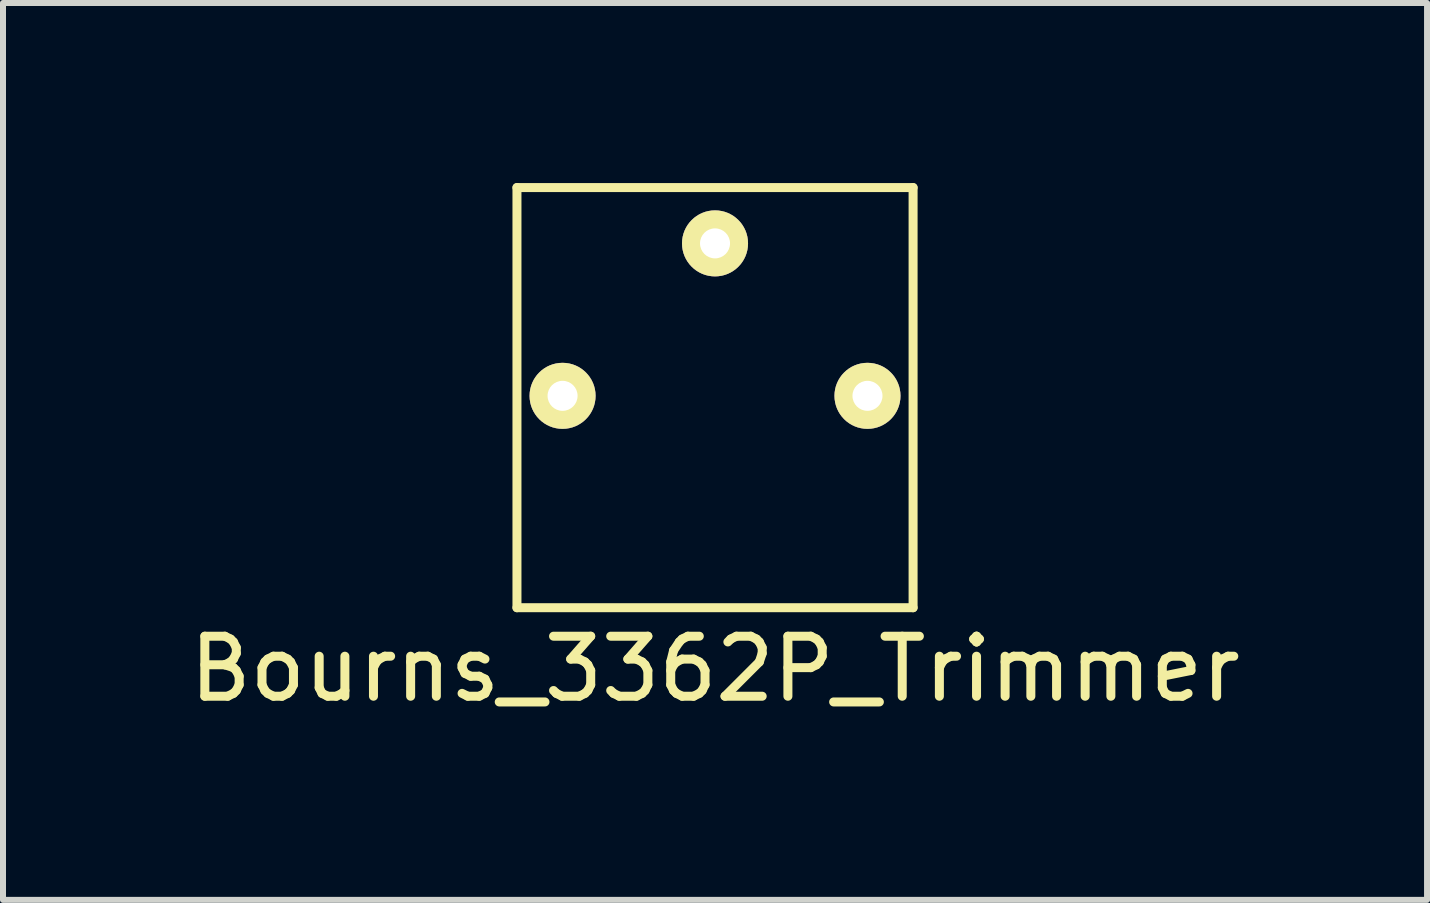
<source format=kicad_pcb>
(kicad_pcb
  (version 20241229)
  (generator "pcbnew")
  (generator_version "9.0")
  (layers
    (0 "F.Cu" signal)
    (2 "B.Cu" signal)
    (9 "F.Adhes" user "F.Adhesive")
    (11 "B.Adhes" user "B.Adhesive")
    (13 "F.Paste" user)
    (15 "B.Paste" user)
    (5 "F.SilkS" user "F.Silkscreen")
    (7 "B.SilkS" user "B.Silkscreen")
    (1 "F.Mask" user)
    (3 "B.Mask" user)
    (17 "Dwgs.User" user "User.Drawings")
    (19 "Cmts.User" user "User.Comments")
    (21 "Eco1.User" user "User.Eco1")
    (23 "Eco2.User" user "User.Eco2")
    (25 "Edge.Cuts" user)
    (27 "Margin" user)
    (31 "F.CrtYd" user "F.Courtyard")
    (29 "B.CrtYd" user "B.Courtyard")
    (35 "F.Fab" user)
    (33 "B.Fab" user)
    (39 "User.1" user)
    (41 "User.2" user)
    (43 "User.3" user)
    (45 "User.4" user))
  (footprint "Bourns_3362P_Trimmer"
    (layer "F.Cu")
    (at 8.863 3.535)
    (property "Reference" "Bourns_3362P_Trimmer" (at 0 4.56 0) (layer "F.SilkS") (effects (font (size 1 1) (thickness 0.15))))
    (attr through_hole)
    (fp_line (start -3.3 -3.46) (end 3.3 -3.46) (stroke (width 0.15) (type solid)) (layer "F.SilkS"))
    (fp_line (start -3.3 3.54) (end -3.3 -3.46) (stroke (width 0.15) (type solid)) (layer "F.SilkS"))
    (fp_line (start 3.3 -3.46) (end 3.3 3.54) (stroke (width 0.15) (type solid)) (layer "F.SilkS"))
    (fp_line (start 3.3 3.54) (end -3.3 3.54) (stroke (width 0.15) (type solid)) (layer "F.SilkS"))
    (pad "1" thru_hole circle (at 2.54 0.01 180) (size 1.1 1.1) (drill 0.5) (layers "*.Cu" "*.Mask" "F.SilkS"))
    (pad "2" thru_hole circle (at 0 -2.53 180) (size 1.1 1.1) (drill 0.5) (layers "*.Cu" "*.Mask" "F.SilkS"))
    (pad "3" thru_hole circle (at -2.54 0.01 180) (size 1.1 1.1) (drill 0.5) (layers "*.Cu" "*.Mask" "F.SilkS")))
  (gr_rect
    (start -3 -3)
    (end 20.726 11.943)
    (stroke (width 0.1) (type default))
    (fill no)
    (layer "Edge.Cuts")))
</source>
